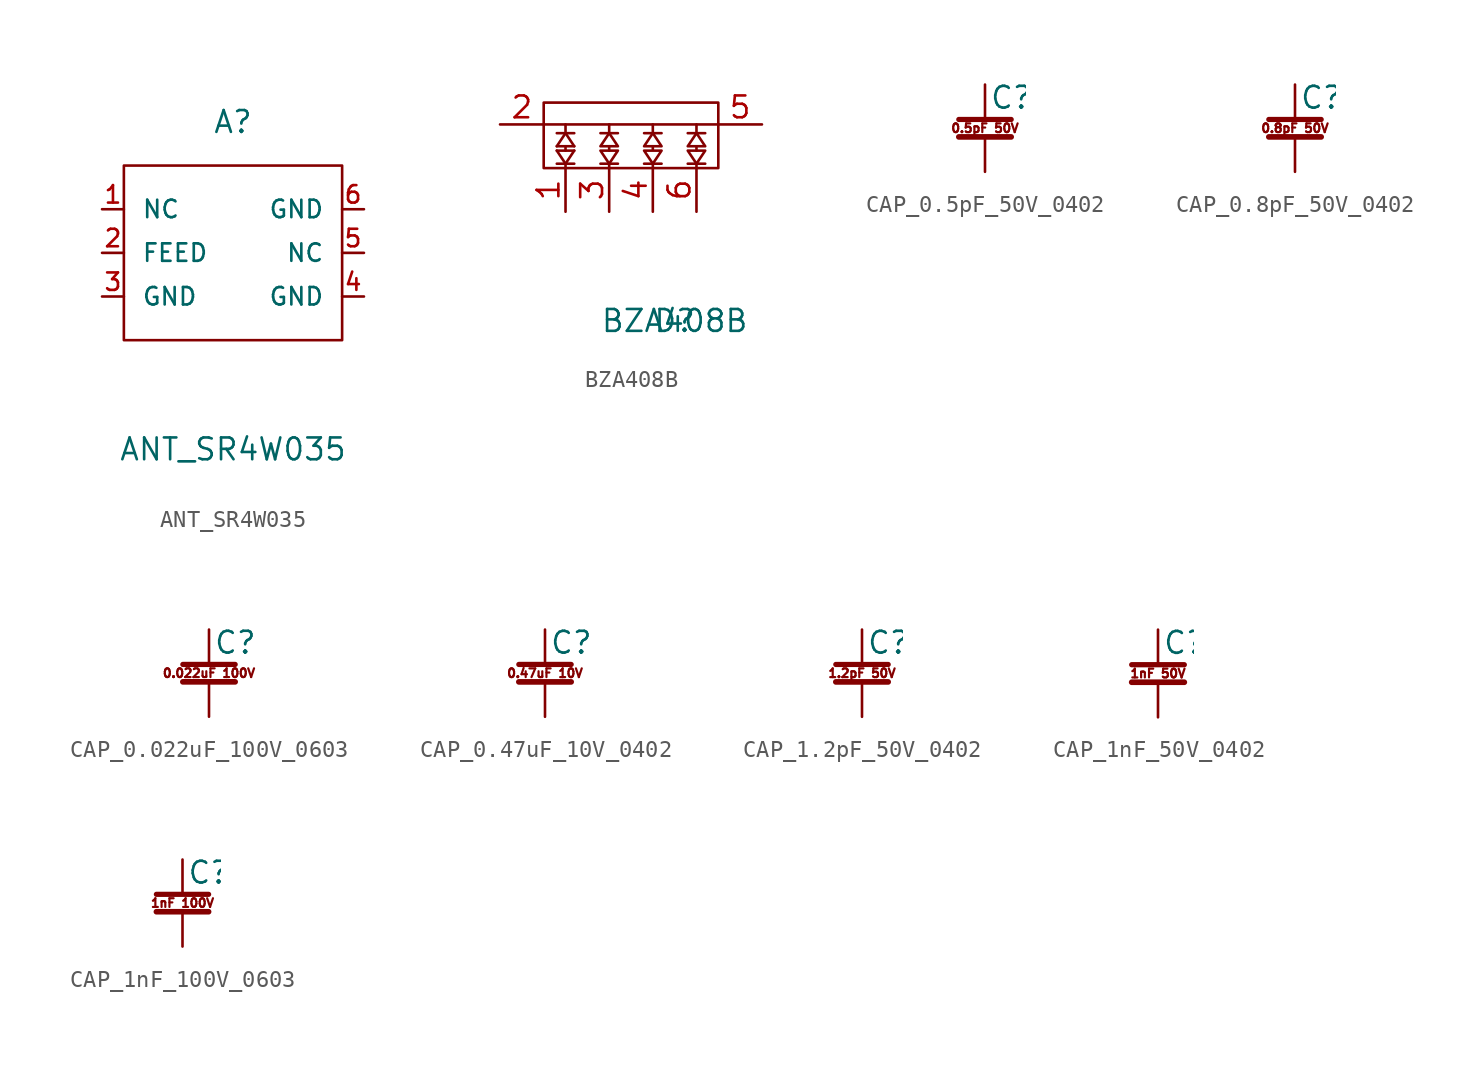
<source format=kicad_sym>
(kicad_symbol_lib
  (version 20211014)
  (generator kicad_symbol_editor)
  (symbol "ANT_SR4W035"
    (pin_names
      (offset 1.016))
    (property "Reference" "A"
      (at 0 7.62 0)
      (effects (font (size 1.27 1.27))))
    (property "Value" "ANT_SR4W035"
      (at 0 -11.43 0)
      (effects (font (size 1.27 1.27))))
    (symbol "ANT_SR4W035_0_1"
      (rectangle (start -6.35 5.08) (end 6.35 -5.08) (stroke (width 0) (type default) (color 0 0 0 0)) (fill (type none))))
    (symbol "ANT_SR4W035_1_1"
      (pin passive line (at -7.62 2.54 0) (length 1.27) (name "NC" (effects (font (size 1.016 1.016)))) (number "1" (effects (font (size 1.016 1.016)))))
      (pin passive line (at -7.62 0 0) (length 1.27) (name "FEED" (effects (font (size 1.016 1.016)))) (number "2" (effects (font (size 1.016 1.016)))))
      (pin passive line (at -7.62 -2.54 0) (length 1.27) (name "GND" (effects (font (size 1.016 1.016)))) (number "3" (effects (font (size 1.016 1.016)))))
      (pin passive line (at 7.62 -2.54 180) (length 1.27) (name "GND" (effects (font (size 1.016 1.016)))) (number "4" (effects (font (size 1.016 1.016)))))
      (pin passive line (at 7.62 0 180) (length 1.27) (name "NC" (effects (font (size 1.016 1.016)))) (number "5" (effects (font (size 1.016 1.016)))))
      (pin passive line (at 7.62 2.54 180) (length 1.27) (name "GND" (effects (font (size 1.016 1.016)))) (number "6" (effects (font (size 1.016 1.016)))))))
  (symbol "BZA408B"
    (pin_names
      (offset 1.016))
    (property "Reference" "D"
      (at 0 -10.16 0)
      (effects (font (size 1.27 1.27))))
    (property "Value" "BZA408B"
      (at 0 -10.16 0)
      (effects (font (size 1.27 1.27))))
    (symbol "BZA408B_0_1"
      (rectangle (start -7.62 2.54) (end 2.54 -1.27) (stroke (width 0) (type default) (color 0 0 0 0)) (fill (type none)))
      (polyline (pts (xy -6.858 -0.254) (xy -5.842 -0.254)) (stroke (width 0) (type default) (color 0 0 0 0)) (fill (type none)))
      (polyline (pts (xy -6.858 0) (xy -6.35 0.762)) (stroke (width 0) (type default) (color 0 0 0 0)) (fill (type none)))
      (polyline (pts (xy -6.858 0) (xy -5.842 0)) (stroke (width 0) (type default) (color 0 0 0 0)) (fill (type none)))
      (polyline (pts (xy -6.858 0.762) (xy -5.842 0.762)) (stroke (width 0) (type default) (color 0 0 0 0)) (fill (type none)))
      (polyline (pts (xy -6.35 -1.016) (xy -6.858 -0.254)) (stroke (width 0) (type default) (color 0 0 0 0)) (fill (type none)))
      (polyline (pts (xy -6.35 -1.016) (xy -5.842 -1.016)) (stroke (width 0) (type default) (color 0 0 0 0)) (fill (type none)))
      (polyline (pts (xy -6.35 -0.254) (xy -6.35 0)) (stroke (width 0) (type default) (color 0 0 0 0)) (fill (type none)))
      (polyline (pts (xy -6.35 0.762) (xy -5.842 0)) (stroke (width 0) (type default) (color 0 0 0 0)) (fill (type none)))
      (polyline (pts (xy -5.842 -0.254) (xy -6.35 -1.016)) (stroke (width 0) (type default) (color 0 0 0 0)) (fill (type none)))
      (polyline (pts (xy -4.318 -1.016) (xy -3.302 -1.016)) (stroke (width 0) (type default) (color 0 0 0 0)) (fill (type none)))
      (polyline (pts (xy -4.318 0.762) (xy -3.302 0.762)) (stroke (width 0) (type default) (color 0 0 0 0)) (fill (type none)))
      (polyline (pts (xy -3.81 -1.016) (xy -3.81 -1.27)) (stroke (width 0) (type default) (color 0 0 0 0)) (fill (type none)))
      (polyline (pts (xy -3.81 0) (xy -3.81 -0.254)) (stroke (width 0) (type default) (color 0 0 0 0)) (fill (type none)))
      (polyline (pts (xy -1.778 -1.016) (xy -0.762 -1.016)) (stroke (width 0) (type default) (color 0 0 0 0)) (fill (type none)))
      (polyline (pts (xy -1.27 -1.016) (xy -1.27 -1.27)) (stroke (width 0) (type default) (color 0 0 0 0)) (fill (type none)))
      (polyline (pts (xy -1.27 0.762) (xy -1.778 0.762)) (stroke (width 0) (type default) (color 0 0 0 0)) (fill (type none)))
      (polyline (pts (xy -1.27 0.762) (xy -0.762 0.762)) (stroke (width 0) (type default) (color 0 0 0 0)) (fill (type none)))
      (polyline (pts (xy 0.762 -1.016) (xy 1.778 -1.016)) (stroke (width 0) (type default) (color 0 0 0 0)) (fill (type none)))
      (polyline (pts (xy 0.762 0.762) (xy 1.778 0.762)) (stroke (width 0) (type default) (color 0 0 0 0)) (fill (type none)))
      (polyline (pts (xy 1.27 -1.016) (xy 1.27 -1.27)) (stroke (width 0) (type default) (color 0 0 0 0)) (fill (type none)))
      (polyline (pts (xy 1.27 1.27) (xy -1.27 1.27)) (stroke (width 0) (type default) (color 0 0 0 0)) (fill (type none)))
      (polyline (pts (xy -6.35 -1.27) (xy -6.35 -1.016) (xy -6.858 -1.016)) (stroke (width 0) (type default) (color 0 0 0 0)) (fill (type none)))
      (polyline (pts (xy -6.35 0.762) (xy -6.35 1.27) (xy -7.62 1.27)) (stroke (width 0) (type default) (color 0 0 0 0)) (fill (type none)))
      (polyline (pts (xy -6.35 1.27) (xy -3.81 1.27) (xy -3.81 0.762)) (stroke (width 0) (type default) (color 0 0 0 0)) (fill (type none)))
      (polyline (pts (xy -3.81 1.27) (xy -1.27 1.27) (xy -1.27 0.762)) (stroke (width 0) (type default) (color 0 0 0 0)) (fill (type none)))
      (polyline (pts (xy 1.27 0.762) (xy 1.27 1.27) (xy 2.54 1.27)) (stroke (width 0) (type default) (color 0 0 0 0)) (fill (type none)))
      (polyline (pts (xy -4.318 -0.254) (xy -3.302 -0.254) (xy -3.81 -1.016) (xy -4.318 -0.254)) (stroke (width 0) (type default) (color 0 0 0 0)) (fill (type none)))
      (polyline (pts (xy -3.81 0.762) (xy -4.318 0) (xy -3.302 0) (xy -3.81 0.762)) (stroke (width 0) (type default) (color 0 0 0 0)) (fill (type none)))
      (polyline (pts (xy -1.27 0.762) (xy -1.778 0) (xy -0.762 0) (xy -1.27 0.762)) (stroke (width 0) (type default) (color 0 0 0 0)) (fill (type none)))
      (polyline (pts (xy 1.27 -1.016) (xy 0.762 -0.254) (xy 1.778 -0.254) (xy 1.27 -1.016)) (stroke (width 0) (type default) (color 0 0 0 0)) (fill (type none)))
      (polyline (pts (xy -1.27 0) (xy -1.27 -0.254) (xy -1.778 -0.254) (xy -1.27 -1.016) (xy -0.762 -0.254) (xy -1.27 -0.254)) (stroke (width 0) (type default) (color 0 0 0 0)) (fill (type none)))
      (polyline (pts (xy 1.27 -0.254) (xy 1.27 0) (xy 1.778 0) (xy 1.27 0.762) (xy 0.762 0) (xy 1.27 0)) (stroke (width 0) (type default) (color 0 0 0 0)) (fill (type none))))
    (symbol "BZA408B_1_1"
      (pin passive line (at -6.35 -3.81 90) (length 2.54) (name "~" (effects (font (size 1.27 1.27)))) (number "1" (effects (font (size 1.27 1.27)))))
      (pin passive line (at -10.16 1.27 0) (length 2.54) (name "~" (effects (font (size 1.27 1.27)))) (number "2" (effects (font (size 1.27 1.27)))))
      (pin passive line (at -3.81 -3.81 90) (length 2.54) (name "~" (effects (font (size 1.27 1.27)))) (number "3" (effects (font (size 1.27 1.27)))))
      (pin passive line (at -1.27 -3.81 90) (length 2.54) (name "~" (effects (font (size 1.27 1.27)))) (number "4" (effects (font (size 1.27 1.27)))))
      (pin passive line (at 5.08 1.27 180) (length 2.54) (name "~" (effects (font (size 1.27 1.27)))) (number "5" (effects (font (size 1.27 1.27)))))
      (pin passive line (at 1.27 -3.81 90) (length 2.54) (name "~" (effects (font (size 1.27 1.27)))) (number "6" (effects (font (size 1.27 1.27)))))))
  (symbol "CAP_0.5pF_50V_0402"
    (pin_numbers hide)
    (pin_names
      (offset 0.254) hide)
    (property "Reference" "C"
      (at 0.254 1.778 0)
      (effects (font (size 1.27 1.27)) (justify left)))
    (symbol "CAP_0.5pF_50V_0402_0_0"
      (text "0.5pF 50V" (at 0 0 0) (effects (font (size 0.508 0.508)))))
    (symbol "CAP_0.5pF_50V_0402_0_1"
      (polyline (pts (xy -1.524 -0.508) (xy 1.524 -0.508)) (stroke (width 0.33) (type default) (color 0 0 0 0)) (fill (type none)))
      (polyline (pts (xy -1.524 0.508) (xy 1.524 0.508)) (stroke (width 0.305) (type default) (color 0 0 0 0)) (fill (type none))))
    (symbol "CAP_0.5pF_50V_0402_1_1"
      (pin passive line (at 0 2.54 270) (length 2.032) (name "~" (effects (font (size 1.27 1.27)))) (number "1" (effects (font (size 1.27 1.27)))))
      (pin passive line (at 0 -2.54 90) (length 2.032) (name "~" (effects (font (size 1.27 1.27)))) (number "2" (effects (font (size 1.27 1.27)))))))
  (symbol "CAP_0.8pF_50V_0402"
    (pin_numbers hide)
    (pin_names
      (offset 0.254) hide)
    (property "Reference" "C"
      (at 0.254 1.778 0)
      (effects (font (size 1.27 1.27)) (justify left)))
    (symbol "CAP_0.8pF_50V_0402_0_0"
      (text "0.8pF 50V" (at 0 0 0) (effects (font (size 0.508 0.508)))))
    (symbol "CAP_0.8pF_50V_0402_0_1"
      (polyline (pts (xy -1.524 -0.508) (xy 1.524 -0.508)) (stroke (width 0.33) (type default) (color 0 0 0 0)) (fill (type none)))
      (polyline (pts (xy -1.524 0.508) (xy 1.524 0.508)) (stroke (width 0.305) (type default) (color 0 0 0 0)) (fill (type none))))
    (symbol "CAP_0.8pF_50V_0402_1_1"
      (pin passive line (at 0 2.54 270) (length 2.032) (name "~" (effects (font (size 1.27 1.27)))) (number "1" (effects (font (size 1.27 1.27)))))
      (pin passive line (at 0 -2.54 90) (length 2.032) (name "~" (effects (font (size 1.27 1.27)))) (number "2" (effects (font (size 1.27 1.27)))))))
  (symbol "CAP_0.022uF_100V_0603"
    (pin_numbers hide)
    (pin_names
      (offset 0.254) hide)
    (property "Reference" "C"
      (at 0.254 1.778 0)
      (effects (font (size 1.27 1.27)) (justify left)))
    (symbol "CAP_0.022uF_100V_0603_0_0"
      (text "0.022uF 100V" (at 0 0 0) (effects (font (size 0.508 0.508)))))
    (symbol "CAP_0.022uF_100V_0603_0_1"
      (polyline (pts (xy -1.524 -0.508) (xy 1.524 -0.508)) (stroke (width 0.33) (type default) (color 0 0 0 0)) (fill (type none)))
      (polyline (pts (xy -1.524 0.508) (xy 1.524 0.508)) (stroke (width 0.305) (type default) (color 0 0 0 0)) (fill (type none))))
    (symbol "CAP_0.022uF_100V_0603_1_1"
      (pin passive line (at 0 2.54 270) (length 2.032) (name "~" (effects (font (size 1.27 1.27)))) (number "1" (effects (font (size 1.27 1.27)))))
      (pin passive line (at 0 -2.54 90) (length 2.032) (name "~" (effects (font (size 1.27 1.27)))) (number "2" (effects (font (size 1.27 1.27)))))))
  (symbol "CAP_0.47uF_10V_0402"
    (pin_numbers hide)
    (pin_names
      (offset 0.254) hide)
    (property "Reference" "C"
      (at 0.254 1.778 0)
      (effects (font (size 1.27 1.27)) (justify left)))
    (symbol "CAP_0.47uF_10V_0402_0_0"
      (text "0.47uF 10V" (at 0 0 0) (effects (font (size 0.508 0.508)))))
    (symbol "CAP_0.47uF_10V_0402_0_1"
      (polyline (pts (xy -1.524 -0.508) (xy 1.524 -0.508)) (stroke (width 0.33) (type default) (color 0 0 0 0)) (fill (type none)))
      (polyline (pts (xy -1.524 0.508) (xy 1.524 0.508)) (stroke (width 0.305) (type default) (color 0 0 0 0)) (fill (type none))))
    (symbol "CAP_0.47uF_10V_0402_1_1"
      (pin passive line (at 0 2.54 270) (length 2.032) (name "~" (effects (font (size 1.27 1.27)))) (number "1" (effects (font (size 1.27 1.27)))))
      (pin passive line (at 0 -2.54 90) (length 2.032) (name "~" (effects (font (size 1.27 1.27)))) (number "2" (effects (font (size 1.27 1.27)))))))
  (symbol "CAP_1.2pF_50V_0402"
    (pin_numbers hide)
    (pin_names
      (offset 0.254) hide)
    (property "Reference" "C"
      (at 0.254 1.778 0)
      (effects (font (size 1.27 1.27)) (justify left)))
    (symbol "CAP_1.2pF_50V_0402_0_0"
      (text "1.2pF 50V" (at 0 0 0) (effects (font (size 0.508 0.508)))))
    (symbol "CAP_1.2pF_50V_0402_0_1"
      (polyline (pts (xy -1.524 -0.508) (xy 1.524 -0.508)) (stroke (width 0.33) (type default) (color 0 0 0 0)) (fill (type none)))
      (polyline (pts (xy -1.524 0.508) (xy 1.524 0.508)) (stroke (width 0.305) (type default) (color 0 0 0 0)) (fill (type none))))
    (symbol "CAP_1.2pF_50V_0402_1_1"
      (pin passive line (at 0 2.54 270) (length 2.032) (name "~" (effects (font (size 1.27 1.27)))) (number "1" (effects (font (size 1.27 1.27)))))
      (pin passive line (at 0 -2.54 90) (length 2.032) (name "~" (effects (font (size 1.27 1.27)))) (number "2" (effects (font (size 1.27 1.27)))))))
  (symbol "CAP_1nF_50V_0402"
    (pin_numbers hide)
    (pin_names
      (offset 0.254) hide)
    (property "Reference" "C"
      (at 0.254 1.778 0)
      (effects (font (size 1.27 1.27)) (justify left)))
    (symbol "CAP_1nF_50V_0402_0_0"
      (text "1nF 50V" (at 0 0 0) (effects (font (size 0.508 0.508)))))
    (symbol "CAP_1nF_50V_0402_0_1"
      (polyline (pts (xy -1.524 -0.508) (xy 1.524 -0.508)) (stroke (width 0.33) (type default) (color 0 0 0 0)) (fill (type none)))
      (polyline (pts (xy -1.524 0.508) (xy 1.524 0.508)) (stroke (width 0.305) (type default) (color 0 0 0 0)) (fill (type none))))
    (symbol "CAP_1nF_50V_0402_1_1"
      (pin passive line (at 0 2.54 270) (length 2.032) (name "~" (effects (font (size 1.27 1.27)))) (number "1" (effects (font (size 1.27 1.27)))))
      (pin passive line (at 0 -2.54 90) (length 2.032) (name "~" (effects (font (size 1.27 1.27)))) (number "2" (effects (font (size 1.27 1.27)))))))
  (symbol "CAP_1nF_100V_0603"
    (pin_numbers hide)
    (pin_names
      (offset 0.254) hide)
    (property "Reference" "C"
      (at 0.254 1.778 0)
      (effects (font (size 1.27 1.27)) (justify left)))
    (symbol "CAP_1nF_100V_0603_0_0"
      (text "1nF 100V" (at 0 0 0) (effects (font (size 0.508 0.508)))))
    (symbol "CAP_1nF_100V_0603_0_1"
      (polyline (pts (xy -1.524 -0.508) (xy 1.524 -0.508)) (stroke (width 0.33) (type default) (color 0 0 0 0)) (fill (type none)))
      (polyline (pts (xy -1.524 0.508) (xy 1.524 0.508)) (stroke (width 0.305) (type default) (color 0 0 0 0)) (fill (type none))))
    (symbol "CAP_1nF_100V_0603_1_1"
      (pin passive line (at 0 2.54 270) (length 2.032) (name "~" (effects (font (size 1.27 1.27)))) (number "1" (effects (font (size 1.27 1.27)))))
      (pin passive line (at 0 -2.54 90) (length 2.032) (name "~" (effects (font (size 1.27 1.27)))) (number "2" (effects (font (size 1.27 1.27))))))))
</source>
